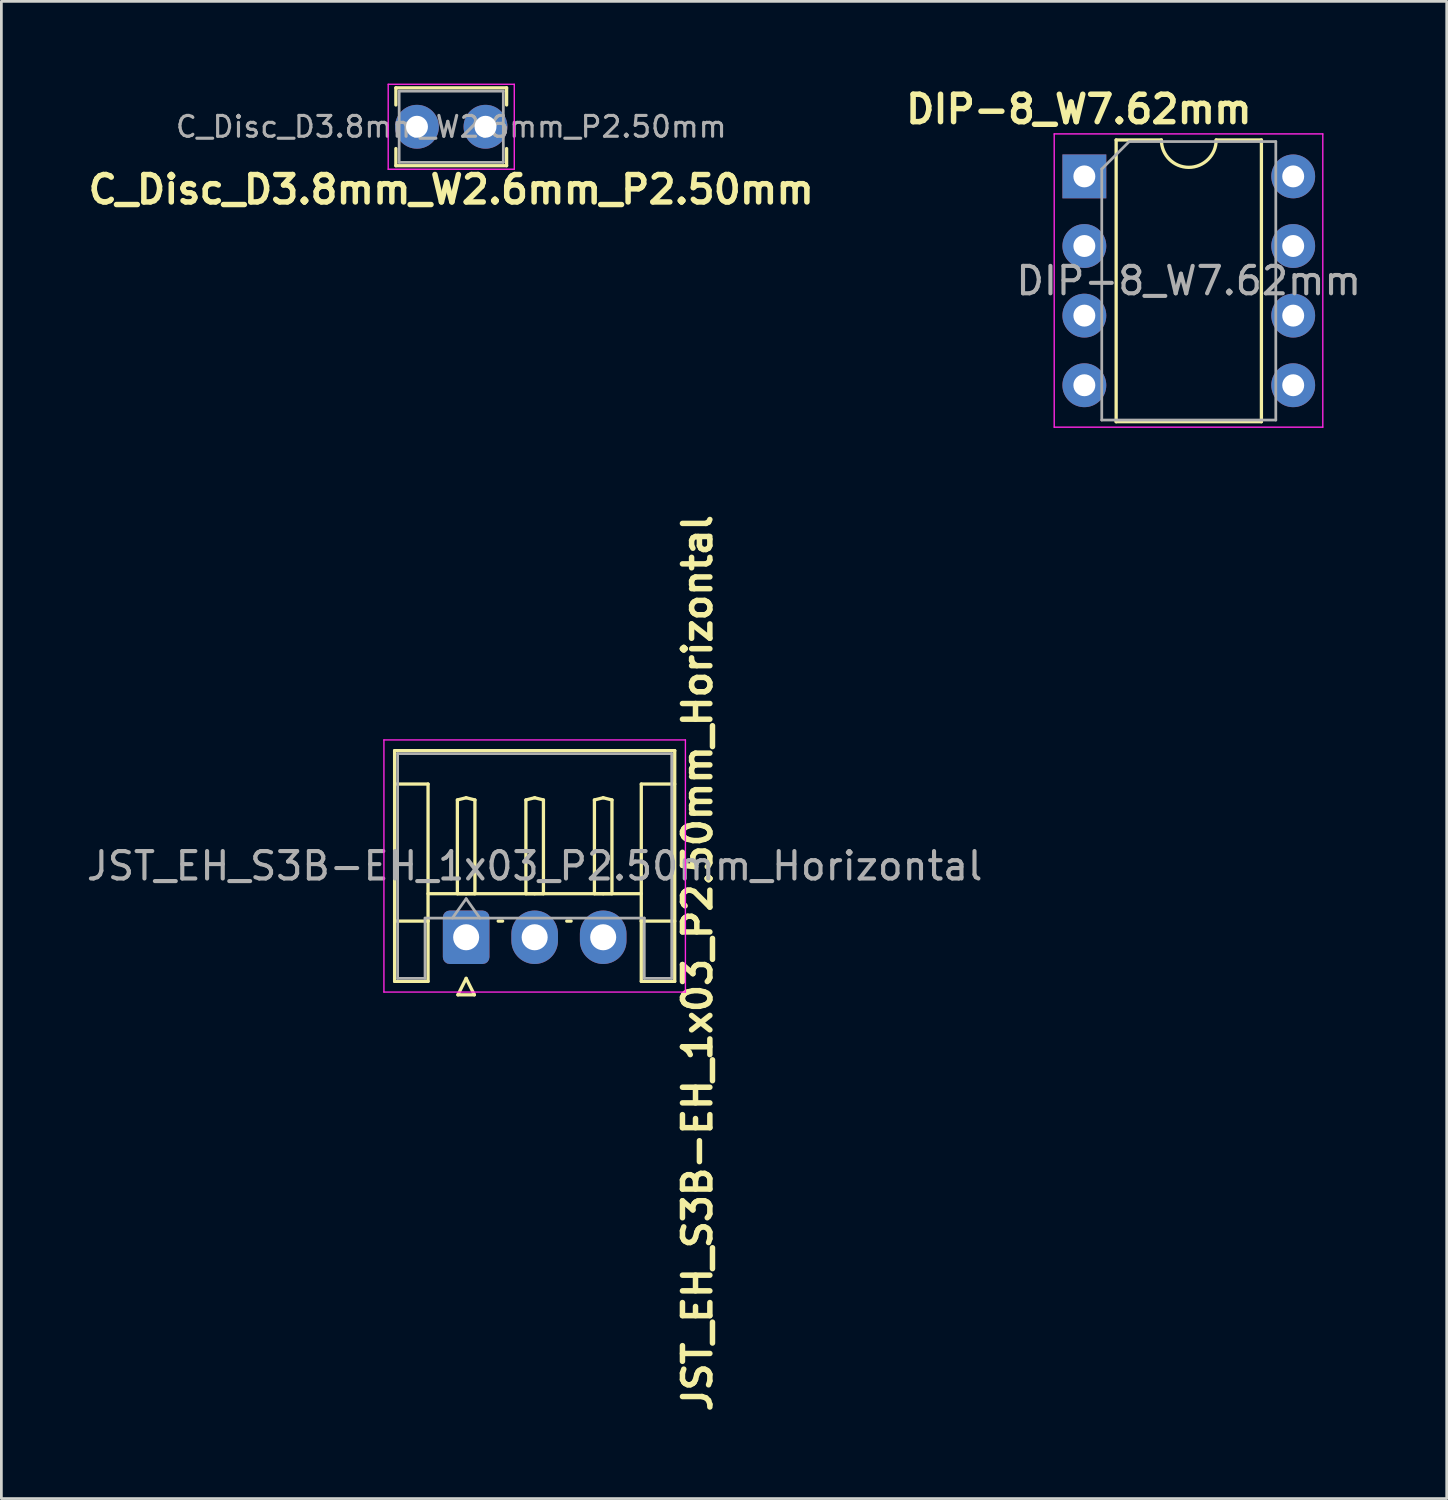
<source format=kicad_pcb>
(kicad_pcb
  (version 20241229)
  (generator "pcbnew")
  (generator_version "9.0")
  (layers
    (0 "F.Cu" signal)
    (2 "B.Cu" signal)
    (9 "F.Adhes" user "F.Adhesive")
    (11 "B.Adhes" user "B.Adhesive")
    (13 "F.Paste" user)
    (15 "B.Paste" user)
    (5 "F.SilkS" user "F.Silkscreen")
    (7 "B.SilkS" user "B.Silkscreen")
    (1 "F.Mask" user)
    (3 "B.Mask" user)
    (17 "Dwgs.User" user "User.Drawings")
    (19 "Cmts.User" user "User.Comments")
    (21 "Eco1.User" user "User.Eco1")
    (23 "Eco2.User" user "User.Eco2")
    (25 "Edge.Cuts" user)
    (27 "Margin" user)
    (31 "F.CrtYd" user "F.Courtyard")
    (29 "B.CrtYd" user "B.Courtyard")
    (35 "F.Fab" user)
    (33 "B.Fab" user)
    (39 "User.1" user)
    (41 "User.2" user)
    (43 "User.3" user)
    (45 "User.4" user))
  (footprint "C_Disc_D3.8mm_W2.6mm_P2.50mm"
    (layer "F.Cu")
    (at 12.164 1.575)
    (property "Reference" "C_Disc_D3.8mm_W2.6mm_P2.50mm" (at 1.25 2.29 180) (layer "F.SilkS") (effects (font (size 1 1) (thickness 0.2) (bold yes))))
    (attr through_hole)
    (fp_line (start -0.77 -1.42) (end -0.77 -0.795) (stroke (width 0.12) (type solid)) (layer "F.SilkS"))
    (fp_line (start -0.77 -1.42) (end 3.27 -1.42) (stroke (width 0.12) (type solid)) (layer "F.SilkS"))
    (fp_line (start -0.77 0.795) (end -0.77 1.42) (stroke (width 0.12) (type solid)) (layer "F.SilkS"))
    (fp_line (start -0.77 1.42) (end 3.27 1.42) (stroke (width 0.12) (type solid)) (layer "F.SilkS"))
    (fp_line (start 3.27 -1.42) (end 3.27 -0.795) (stroke (width 0.12) (type solid)) (layer "F.SilkS"))
    (fp_line (start 3.27 0.795) (end 3.27 1.42) (stroke (width 0.12) (type solid)) (layer "F.SilkS"))
    (fp_line (start -1.05 -1.55) (end -1.05 1.55) (stroke (width 0.05) (type solid)) (layer "F.CrtYd"))
    (fp_line (start -1.05 1.55) (end 3.55 1.55) (stroke (width 0.05) (type solid)) (layer "F.CrtYd"))
    (fp_line (start 3.55 -1.55) (end -1.05 -1.55) (stroke (width 0.05) (type solid)) (layer "F.CrtYd"))
    (fp_line (start 3.55 1.55) (end 3.55 -1.55) (stroke (width 0.05) (type solid)) (layer "F.CrtYd"))
    (fp_line (start -0.65 -1.3) (end -0.65 1.3) (stroke (width 0.1) (type solid)) (layer "F.Fab"))
    (fp_line (start -0.65 1.3) (end 3.15 1.3) (stroke (width 0.1) (type solid)) (layer "F.Fab"))
    (fp_line (start 3.15 -1.3) (end -0.65 -1.3) (stroke (width 0.1) (type solid)) (layer "F.Fab"))
    (fp_line (start 3.15 1.3) (end 3.15 -1.3) (stroke (width 0.1) (type solid)) (layer "F.Fab"))
    (fp_text user "${REFERENCE}" (at 1.25 0 180) (layer "F.Fab") (effects (font (size 0.76 0.76) (thickness 0.114))))
    (pad "1" thru_hole circle (at 0 0) (size 1.6 1.6) (drill 0.8) (layers "*.Cu" "*.Mask"))
    (pad "2" thru_hole circle (at 2.5 0) (size 1.6 1.6) (drill 0.8) (layers "*.Cu" "*.Mask")))
  (footprint "DIP-8_W7.62mm"
    (layer "F.Cu")
    (at 36.514 3.386)
    (property "Reference" "DIP-8_W7.62mm" (at -0.2 -2.45 0) (layer "F.SilkS") (effects (font (size 1 1) (thickness 0.2) (bold yes))))
    (attr through_hole)
    (fp_line (start 1.16 -1.33) (end 1.16 8.95) (stroke (width 0.12) (type solid)) (layer "F.SilkS"))
    (fp_line (start 1.16 8.95) (end 6.46 8.95) (stroke (width 0.12) (type solid)) (layer "F.SilkS"))
    (fp_line (start 2.81 -1.33) (end 1.16 -1.33) (stroke (width 0.12) (type solid)) (layer "F.SilkS"))
    (fp_line (start 6.46 -1.33) (end 4.81 -1.33) (stroke (width 0.12) (type solid)) (layer "F.SilkS"))
    (fp_line (start 6.46 8.95) (end 6.46 -1.33) (stroke (width 0.12) (type solid)) (layer "F.SilkS"))
    (fp_arc (start 4.81 -1.33) (mid 3.81 -0.33) (end 2.81 -1.33) (stroke (width 0.12) (type solid)) (layer "F.SilkS"))
    (fp_line (start -1.1 -1.55) (end -1.1 9.15) (stroke (width 0.05) (type solid)) (layer "F.CrtYd"))
    (fp_line (start -1.1 9.15) (end 8.7 9.15) (stroke (width 0.05) (type solid)) (layer "F.CrtYd"))
    (fp_line (start 8.7 -1.55) (end -1.1 -1.55) (stroke (width 0.05) (type solid)) (layer "F.CrtYd"))
    (fp_line (start 8.7 9.15) (end 8.7 -1.55) (stroke (width 0.05) (type solid)) (layer "F.CrtYd"))
    (fp_line (start 0.635 -0.27) (end 1.635 -1.27) (stroke (width 0.1) (type solid)) (layer "F.Fab"))
    (fp_line (start 0.635 8.89) (end 0.635 -0.27) (stroke (width 0.1) (type solid)) (layer "F.Fab"))
    (fp_line (start 1.635 -1.27) (end 6.985 -1.27) (stroke (width 0.1) (type solid)) (layer "F.Fab"))
    (fp_line (start 6.985 -1.27) (end 6.985 8.89) (stroke (width 0.1) (type solid)) (layer "F.Fab"))
    (fp_line (start 6.985 8.89) (end 0.635 8.89) (stroke (width 0.1) (type solid)) (layer "F.Fab"))
    (fp_text user "${REFERENCE}" (at 3.81 3.81 0) (layer "F.Fab") (effects (font (size 1 1) (thickness 0.15))))
    (pad "1" thru_hole rect (at 0 0) (size 1.6 1.6) (drill 0.8) (layers "*.Cu" "*.Mask"))
    (pad "2" thru_hole oval (at 0 2.54) (size 1.6 1.6) (drill 0.8) (layers "*.Cu" "*.Mask"))
    (pad "3" thru_hole oval (at 0 5.08) (size 1.6 1.6) (drill 0.8) (layers "*.Cu" "*.Mask"))
    (pad "4" thru_hole oval (at 0 7.62) (size 1.6 1.6) (drill 0.8) (layers "*.Cu" "*.Mask"))
    (pad "5" thru_hole oval (at 7.62 7.62) (size 1.6 1.6) (drill 0.8) (layers "*.Cu" "*.Mask"))
    (pad "6" thru_hole oval (at 7.62 5.08) (size 1.6 1.6) (drill 0.8) (layers "*.Cu" "*.Mask"))
    (pad "7" thru_hole oval (at 7.62 2.54) (size 1.6 1.6) (drill 0.8) (layers "*.Cu" "*.Mask"))
    (pad "8" thru_hole oval (at 7.62 0) (size 1.6 1.6) (drill 0.8) (layers "*.Cu" "*.Mask")))
  (footprint "JST_EH_S3B-EH_1x03_P2.50mm_Horizontal"
    (layer "F.Cu")
    (at 13.958 31.147)
    (property "Reference" "JST_EH_S3B-EH_1x03_P2.50mm_Horizontal" (at 8.44 0.948 90) (layer "F.SilkS") (effects (font (size 1 1) (thickness 0.2) (bold yes))))
    (attr through_hole)
    (fp_line (start -2.61 -6.81) (end 7.61 -6.81) (stroke (width 0.12) (type solid)) (layer "F.SilkS"))
    (fp_line (start -2.61 -5.59) (end -1.39 -5.59) (stroke (width 0.12) (type solid)) (layer "F.SilkS"))
    (fp_line (start -2.61 1.61) (end -2.61 -6.81) (stroke (width 0.12) (type solid)) (layer "F.SilkS"))
    (fp_line (start -1.39 -5.59) (end -1.39 -0.59) (stroke (width 0.12) (type solid)) (layer "F.SilkS"))
    (fp_line (start -1.39 -1.59) (end 6.39 -1.59) (stroke (width 0.12) (type solid)) (layer "F.SilkS"))
    (fp_line (start -1.39 -0.59) (end -2.61 -0.59) (stroke (width 0.12) (type solid)) (layer "F.SilkS"))
    (fp_line (start -1.39 -0.59) (end -1.39 1.61) (stroke (width 0.12) (type solid)) (layer "F.SilkS"))
    (fp_line (start -1.39 1.61) (end -2.61 1.61) (stroke (width 0.12) (type solid)) (layer "F.SilkS"))
    (fp_line (start -0.32 -5.01) (end 0 -5.09) (stroke (width 0.12) (type solid)) (layer "F.SilkS"))
    (fp_line (start -0.32 -1.59) (end -0.32 -5.01) (stroke (width 0.12) (type solid)) (layer "F.SilkS"))
    (fp_line (start -0.3 2.1) (end 0.3 2.1) (stroke (width 0.12) (type solid)) (layer "F.SilkS"))
    (fp_line (start 0 -5.09) (end 0.32 -5.01) (stroke (width 0.12) (type solid)) (layer "F.SilkS"))
    (fp_line (start 0 -1.59) (end -0.32 -1.59) (stroke (width 0.12) (type solid)) (layer "F.SilkS"))
    (fp_line (start 0 1.5) (end -0.3 2.1) (stroke (width 0.12) (type solid)) (layer "F.SilkS"))
    (fp_line (start 0.3 2.1) (end 0 1.5) (stroke (width 0.12) (type solid)) (layer "F.SilkS"))
    (fp_line (start 0.32 -5.01) (end 0.32 -1.59) (stroke (width 0.12) (type solid)) (layer "F.SilkS"))
    (fp_line (start 0.32 -1.59) (end 0 -1.59) (stroke (width 0.12) (type solid)) (layer "F.SilkS"))
    (fp_line (start 1.17 -0.59) (end 1.33 -0.59) (stroke (width 0.12) (type solid)) (layer "F.SilkS"))
    (fp_line (start 2.18 -5.01) (end 2.5 -5.09) (stroke (width 0.12) (type solid)) (layer "F.SilkS"))
    (fp_line (start 2.18 -1.59) (end 2.18 -5.01) (stroke (width 0.12) (type solid)) (layer "F.SilkS"))
    (fp_line (start 2.5 -5.09) (end 2.82 -5.01) (stroke (width 0.12) (type solid)) (layer "F.SilkS"))
    (fp_line (start 2.5 -1.59) (end 2.18 -1.59) (stroke (width 0.12) (type solid)) (layer "F.SilkS"))
    (fp_line (start 2.82 -5.01) (end 2.82 -1.59) (stroke (width 0.12) (type solid)) (layer "F.SilkS"))
    (fp_line (start 2.82 -1.59) (end 2.5 -1.59) (stroke (width 0.12) (type solid)) (layer "F.SilkS"))
    (fp_line (start 3.67 -0.59) (end 3.83 -0.59) (stroke (width 0.12) (type solid)) (layer "F.SilkS"))
    (fp_line (start 4.68 -5.01) (end 5 -5.09) (stroke (width 0.12) (type solid)) (layer "F.SilkS"))
    (fp_line (start 4.68 -1.59) (end 4.68 -5.01) (stroke (width 0.12) (type solid)) (layer "F.SilkS"))
    (fp_line (start 5 -5.09) (end 5.32 -5.01) (stroke (width 0.12) (type solid)) (layer "F.SilkS"))
    (fp_line (start 5 -1.59) (end 4.68 -1.59) (stroke (width 0.12) (type solid)) (layer "F.SilkS"))
    (fp_line (start 5.32 -5.01) (end 5.32 -1.59) (stroke (width 0.12) (type solid)) (layer "F.SilkS"))
    (fp_line (start 5.32 -1.59) (end 5 -1.59) (stroke (width 0.12) (type solid)) (layer "F.SilkS"))
    (fp_line (start 6.39 -5.59) (end 6.39 -0.59) (stroke (width 0.12) (type solid)) (layer "F.SilkS"))
    (fp_line (start 6.39 -0.59) (end 7.61 -0.59) (stroke (width 0.12) (type solid)) (layer "F.SilkS"))
    (fp_line (start 6.39 1.61) (end 6.39 -0.59) (stroke (width 0.12) (type solid)) (layer "F.SilkS"))
    (fp_line (start 7.61 -6.81) (end 7.61 1.61) (stroke (width 0.12) (type solid)) (layer "F.SilkS"))
    (fp_line (start 7.61 -5.59) (end 6.39 -5.59) (stroke (width 0.12) (type solid)) (layer "F.SilkS"))
    (fp_line (start 7.61 1.61) (end 6.39 1.61) (stroke (width 0.12) (type solid)) (layer "F.SilkS"))
    (fp_line (start -3 -7.2) (end -3 2) (stroke (width 0.05) (type solid)) (layer "F.CrtYd"))
    (fp_line (start -3 2) (end 8 2) (stroke (width 0.05) (type solid)) (layer "F.CrtYd"))
    (fp_line (start 8 -7.2) (end -3 -7.2) (stroke (width 0.05) (type solid)) (layer "F.CrtYd"))
    (fp_line (start 8 2) (end 8 -7.2) (stroke (width 0.05) (type solid)) (layer "F.CrtYd"))
    (fp_line (start -2.5 -6.7) (end 7.5 -6.7) (stroke (width 0.1) (type solid)) (layer "F.Fab"))
    (fp_line (start -2.5 1.5) (end -2.5 -6.7) (stroke (width 0.1) (type solid)) (layer "F.Fab"))
    (fp_line (start -1.5 -0.7) (end -1.5 1.5) (stroke (width 0.1) (type solid)) (layer "F.Fab"))
    (fp_line (start -1.5 1.5) (end -2.5 1.5) (stroke (width 0.1) (type solid)) (layer "F.Fab"))
    (fp_line (start -0.5 -0.7) (end 0 -1.407) (stroke (width 0.1) (type solid)) (layer "F.Fab"))
    (fp_line (start 0 -1.407) (end 0.5 -0.7) (stroke (width 0.1) (type solid)) (layer "F.Fab"))
    (fp_line (start 6.5 -0.7) (end -1.5 -0.7) (stroke (width 0.1) (type solid)) (layer "F.Fab"))
    (fp_line (start 6.5 1.5) (end 6.5 -0.7) (stroke (width 0.1) (type solid)) (layer "F.Fab"))
    (fp_line (start 7.5 -6.7) (end 7.5 1.5) (stroke (width 0.1) (type solid)) (layer "F.Fab"))
    (fp_line (start 7.5 1.5) (end 6.5 1.5) (stroke (width 0.1) (type solid)) (layer "F.Fab"))
    (fp_text user "${REFERENCE}" (at 2.5 -2.6 0) (layer "F.Fab") (effects (font (size 1 1) (thickness 0.15))))
    (pad "1" thru_hole roundrect (at 0 0) (size 1.7 1.95) (drill 0.95) (layers "*.Cu" "*.Mask") (roundrect_rratio 0.147))
    (pad "2" thru_hole oval (at 2.5 0) (size 1.7 1.95) (drill 0.95) (layers "*.Cu" "*.Mask"))
    (pad "3" thru_hole oval (at 5 0) (size 1.7 1.95) (drill 0.95) (layers "*.Cu" "*.Mask")))
  (gr_rect
    (start -3 -3)
    (end 49.735 51.628)
    (stroke (width 0.1) (type default))
    (fill no)
    (layer "Edge.Cuts")))
</source>
